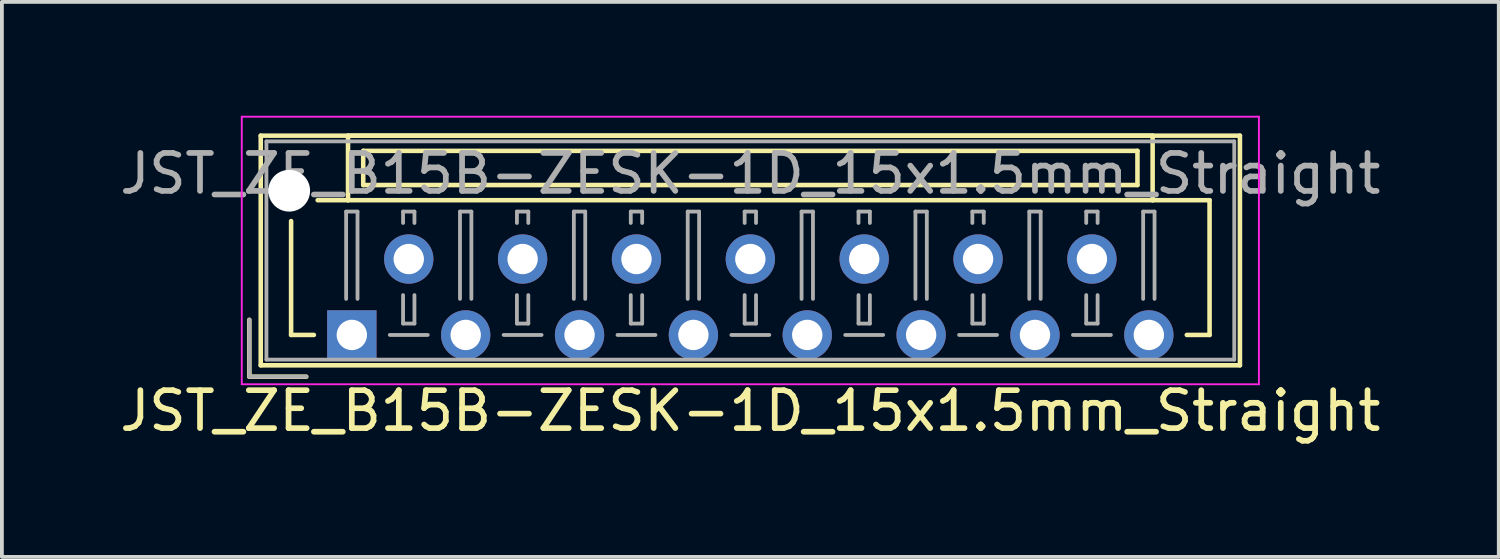
<source format=kicad_pcb>
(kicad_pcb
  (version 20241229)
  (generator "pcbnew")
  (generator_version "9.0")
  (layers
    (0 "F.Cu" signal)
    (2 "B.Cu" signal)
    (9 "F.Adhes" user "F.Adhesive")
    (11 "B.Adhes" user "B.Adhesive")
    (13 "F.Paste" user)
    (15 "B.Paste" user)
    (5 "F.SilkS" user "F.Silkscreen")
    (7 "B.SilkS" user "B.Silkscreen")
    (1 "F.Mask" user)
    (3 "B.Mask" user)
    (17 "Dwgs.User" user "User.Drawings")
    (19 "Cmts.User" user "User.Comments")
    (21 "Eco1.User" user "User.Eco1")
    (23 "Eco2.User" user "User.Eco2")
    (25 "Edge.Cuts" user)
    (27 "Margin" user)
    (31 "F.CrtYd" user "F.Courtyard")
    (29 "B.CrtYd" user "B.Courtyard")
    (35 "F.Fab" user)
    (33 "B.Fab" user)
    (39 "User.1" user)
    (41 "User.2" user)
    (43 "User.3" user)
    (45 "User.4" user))
  (footprint "JST_ZE_B15B-ZESK-1D_15x1.5mm_Straight"
    (layer "F.Cu")
    (at 6.22 5.775)
    (property "Reference" "JST_ZE_B15B-ZESK-1D_15x1.5mm_Straight" (at 10.5 2 0) (layer "F.SilkS") (effects (font (size 1 1) (thickness 0.15))))
    (attr through_hole)
    (fp_line (start -2.7 -0.4) (end -2.7 1.1) (stroke (width 0.12) (type solid)) (layer "F.SilkS"))
    (fp_line (start -2.7 1.1) (end -1.2 1.1) (stroke (width 0.12) (type solid)) (layer "F.SilkS"))
    (fp_line (start -2.4 -5.25) (end -2.4 0.8) (stroke (width 0.12) (type solid)) (layer "F.SilkS"))
    (fp_line (start -2.4 0.8) (end 23.4 0.8) (stroke (width 0.12) (type solid)) (layer "F.SilkS"))
    (fp_line (start -1.6 -3) (end -1.6 0) (stroke (width 0.12) (type solid)) (layer "F.SilkS"))
    (fp_line (start -1.6 0) (end -1 0) (stroke (width 0.12) (type solid)) (layer "F.SilkS"))
    (fp_line (start -0.1 -5.25) (end -0.1 -3.55) (stroke (width 0.12) (type solid)) (layer "F.SilkS"))
    (fp_line (start -0.1 -3.55) (end -0.9 -3.55) (stroke (width 0.12) (type solid)) (layer "F.SilkS"))
    (fp_line (start -0.1 -3.55) (end 21.1 -3.55) (stroke (width 0.12) (type solid)) (layer "F.SilkS"))
    (fp_line (start 0.3 -4.85) (end 0.3 -3.95) (stroke (width 0.12) (type solid)) (layer "F.SilkS"))
    (fp_line (start 0.3 -3.95) (end 20.7 -3.95) (stroke (width 0.12) (type solid)) (layer "F.SilkS"))
    (fp_line (start 20.7 -4.85) (end 0.3 -4.85) (stroke (width 0.12) (type solid)) (layer "F.SilkS"))
    (fp_line (start 20.7 -3.95) (end 20.7 -4.85) (stroke (width 0.12) (type solid)) (layer "F.SilkS"))
    (fp_line (start 21.1 -5.25) (end -0.1 -5.25) (stroke (width 0.12) (type solid)) (layer "F.SilkS"))
    (fp_line (start 21.1 -3.55) (end 21.1 -5.25) (stroke (width 0.12) (type solid)) (layer "F.SilkS"))
    (fp_line (start 21.1 -3.55) (end 22.6 -3.55) (stroke (width 0.12) (type solid)) (layer "F.SilkS"))
    (fp_line (start 22.6 -3.55) (end 22.6 0) (stroke (width 0.12) (type solid)) (layer "F.SilkS"))
    (fp_line (start 22.6 0) (end 22 0) (stroke (width 0.12) (type solid)) (layer "F.SilkS"))
    (fp_line (start 23.4 -5.25) (end -2.4 -5.25) (stroke (width 0.12) (type solid)) (layer "F.SilkS"))
    (fp_line (start 23.4 0.8) (end 23.4 -5.25) (stroke (width 0.12) (type solid)) (layer "F.SilkS"))
    (fp_line (start -2.9 -5.75) (end -2.9 1.3) (stroke (width 0.05) (type solid)) (layer "F.CrtYd"))
    (fp_line (start -2.9 1.3) (end 23.9 1.3) (stroke (width 0.05) (type solid)) (layer "F.CrtYd"))
    (fp_line (start 23.9 -5.75) (end -2.9 -5.75) (stroke (width 0.05) (type solid)) (layer "F.CrtYd"))
    (fp_line (start 23.9 1.3) (end 23.9 -5.75) (stroke (width 0.05) (type solid)) (layer "F.CrtYd"))
    (fp_line (start -2.7 -0.4) (end -2.7 1.1) (stroke (width 0.1) (type solid)) (layer "F.Fab"))
    (fp_line (start -2.7 1.1) (end -1.2 1.1) (stroke (width 0.1) (type solid)) (layer "F.Fab"))
    (fp_line (start -2.25 -5.1) (end -2.25 0.65) (stroke (width 0.1) (type solid)) (layer "F.Fab"))
    (fp_line (start -2.25 0.65) (end 23.25 0.65) (stroke (width 0.1) (type solid)) (layer "F.Fab"))
    (fp_line (start -0.15 -3.25) (end 0.15 -3.25) (stroke (width 0.1) (type solid)) (layer "F.Fab"))
    (fp_line (start -0.15 -0.95) (end -0.15 -3.25) (stroke (width 0.1) (type solid)) (layer "F.Fab"))
    (fp_line (start 0.15 -3.25) (end 0.15 -0.95) (stroke (width 0.1) (type solid)) (layer "F.Fab"))
    (fp_line (start 1 0) (end 2 0) (stroke (width 0.1) (type solid)) (layer "F.Fab"))
    (fp_line (start 1.35 -3.25) (end 1.65 -3.25) (stroke (width 0.1) (type solid)) (layer "F.Fab"))
    (fp_line (start 1.35 -2.95) (end 1.35 -3.25) (stroke (width 0.1) (type solid)) (layer "F.Fab"))
    (fp_line (start 1.35 -1.05) (end 1.35 -0.3) (stroke (width 0.1) (type solid)) (layer "F.Fab"))
    (fp_line (start 1.35 -0.3) (end 1.65 -0.3) (stroke (width 0.1) (type solid)) (layer "F.Fab"))
    (fp_line (start 1.65 -3.25) (end 1.65 -2.95) (stroke (width 0.1) (type solid)) (layer "F.Fab"))
    (fp_line (start 1.65 -0.3) (end 1.65 -1.05) (stroke (width 0.1) (type solid)) (layer "F.Fab"))
    (fp_line (start 2.85 -3.25) (end 3.15 -3.25) (stroke (width 0.1) (type solid)) (layer "F.Fab"))
    (fp_line (start 2.85 -0.95) (end 2.85 -3.25) (stroke (width 0.1) (type solid)) (layer "F.Fab"))
    (fp_line (start 3.15 -3.25) (end 3.15 -0.95) (stroke (width 0.1) (type solid)) (layer "F.Fab"))
    (fp_line (start 4 0) (end 5 0) (stroke (width 0.1) (type solid)) (layer "F.Fab"))
    (fp_line (start 4.35 -3.25) (end 4.65 -3.25) (stroke (width 0.1) (type solid)) (layer "F.Fab"))
    (fp_line (start 4.35 -2.95) (end 4.35 -3.25) (stroke (width 0.1) (type solid)) (layer "F.Fab"))
    (fp_line (start 4.35 -1.05) (end 4.35 -0.3) (stroke (width 0.1) (type solid)) (layer "F.Fab"))
    (fp_line (start 4.35 -0.3) (end 4.65 -0.3) (stroke (width 0.1) (type solid)) (layer "F.Fab"))
    (fp_line (start 4.65 -3.25) (end 4.65 -2.95) (stroke (width 0.1) (type solid)) (layer "F.Fab"))
    (fp_line (start 4.65 -0.3) (end 4.65 -1.05) (stroke (width 0.1) (type solid)) (layer "F.Fab"))
    (fp_line (start 5.85 -3.25) (end 6.15 -3.25) (stroke (width 0.1) (type solid)) (layer "F.Fab"))
    (fp_line (start 5.85 -0.95) (end 5.85 -3.25) (stroke (width 0.1) (type solid)) (layer "F.Fab"))
    (fp_line (start 6.15 -3.25) (end 6.15 -0.95) (stroke (width 0.1) (type solid)) (layer "F.Fab"))
    (fp_line (start 7 0) (end 8 0) (stroke (width 0.1) (type solid)) (layer "F.Fab"))
    (fp_line (start 7.35 -3.25) (end 7.65 -3.25) (stroke (width 0.1) (type solid)) (layer "F.Fab"))
    (fp_line (start 7.35 -2.95) (end 7.35 -3.25) (stroke (width 0.1) (type solid)) (layer "F.Fab"))
    (fp_line (start 7.35 -1.05) (end 7.35 -0.3) (stroke (width 0.1) (type solid)) (layer "F.Fab"))
    (fp_line (start 7.35 -0.3) (end 7.65 -0.3) (stroke (width 0.1) (type solid)) (layer "F.Fab"))
    (fp_line (start 7.65 -3.25) (end 7.65 -2.95) (stroke (width 0.1) (type solid)) (layer "F.Fab"))
    (fp_line (start 7.65 -0.3) (end 7.65 -1.05) (stroke (width 0.1) (type solid)) (layer "F.Fab"))
    (fp_line (start 8.85 -3.25) (end 9.15 -3.25) (stroke (width 0.1) (type solid)) (layer "F.Fab"))
    (fp_line (start 8.85 -0.95) (end 8.85 -3.25) (stroke (width 0.1) (type solid)) (layer "F.Fab"))
    (fp_line (start 9.15 -3.25) (end 9.15 -0.95) (stroke (width 0.1) (type solid)) (layer "F.Fab"))
    (fp_line (start 10 0) (end 11 0) (stroke (width 0.1) (type solid)) (layer "F.Fab"))
    (fp_line (start 10.35 -3.25) (end 10.65 -3.25) (stroke (width 0.1) (type solid)) (layer "F.Fab"))
    (fp_line (start 10.35 -2.95) (end 10.35 -3.25) (stroke (width 0.1) (type solid)) (layer "F.Fab"))
    (fp_line (start 10.35 -1.05) (end 10.35 -0.3) (stroke (width 0.1) (type solid)) (layer "F.Fab"))
    (fp_line (start 10.35 -0.3) (end 10.65 -0.3) (stroke (width 0.1) (type solid)) (layer "F.Fab"))
    (fp_line (start 10.65 -3.25) (end 10.65 -2.95) (stroke (width 0.1) (type solid)) (layer "F.Fab"))
    (fp_line (start 10.65 -0.3) (end 10.65 -1.05) (stroke (width 0.1) (type solid)) (layer "F.Fab"))
    (fp_line (start 11.85 -3.25) (end 12.15 -3.25) (stroke (width 0.1) (type solid)) (layer "F.Fab"))
    (fp_line (start 11.85 -0.95) (end 11.85 -3.25) (stroke (width 0.1) (type solid)) (layer "F.Fab"))
    (fp_line (start 12.15 -3.25) (end 12.15 -0.95) (stroke (width 0.1) (type solid)) (layer "F.Fab"))
    (fp_line (start 13 0) (end 14 0) (stroke (width 0.1) (type solid)) (layer "F.Fab"))
    (fp_line (start 13.35 -3.25) (end 13.65 -3.25) (stroke (width 0.1) (type solid)) (layer "F.Fab"))
    (fp_line (start 13.35 -2.95) (end 13.35 -3.25) (stroke (width 0.1) (type solid)) (layer "F.Fab"))
    (fp_line (start 13.35 -1.05) (end 13.35 -0.3) (stroke (width 0.1) (type solid)) (layer "F.Fab"))
    (fp_line (start 13.35 -0.3) (end 13.65 -0.3) (stroke (width 0.1) (type solid)) (layer "F.Fab"))
    (fp_line (start 13.65 -3.25) (end 13.65 -2.95) (stroke (width 0.1) (type solid)) (layer "F.Fab"))
    (fp_line (start 13.65 -0.3) (end 13.65 -1.05) (stroke (width 0.1) (type solid)) (layer "F.Fab"))
    (fp_line (start 14.85 -3.25) (end 15.15 -3.25) (stroke (width 0.1) (type solid)) (layer "F.Fab"))
    (fp_line (start 14.85 -0.95) (end 14.85 -3.25) (stroke (width 0.1) (type solid)) (layer "F.Fab"))
    (fp_line (start 15.15 -3.25) (end 15.15 -0.95) (stroke (width 0.1) (type solid)) (layer "F.Fab"))
    (fp_line (start 16 0) (end 17 0) (stroke (width 0.1) (type solid)) (layer "F.Fab"))
    (fp_line (start 16.35 -3.25) (end 16.65 -3.25) (stroke (width 0.1) (type solid)) (layer "F.Fab"))
    (fp_line (start 16.35 -2.95) (end 16.35 -3.25) (stroke (width 0.1) (type solid)) (layer "F.Fab"))
    (fp_line (start 16.35 -1.05) (end 16.35 -0.3) (stroke (width 0.1) (type solid)) (layer "F.Fab"))
    (fp_line (start 16.35 -0.3) (end 16.65 -0.3) (stroke (width 0.1) (type solid)) (layer "F.Fab"))
    (fp_line (start 16.65 -3.25) (end 16.65 -2.95) (stroke (width 0.1) (type solid)) (layer "F.Fab"))
    (fp_line (start 16.65 -0.3) (end 16.65 -1.05) (stroke (width 0.1) (type solid)) (layer "F.Fab"))
    (fp_line (start 17.85 -3.25) (end 18.15 -3.25) (stroke (width 0.1) (type solid)) (layer "F.Fab"))
    (fp_line (start 17.85 -0.95) (end 17.85 -3.25) (stroke (width 0.1) (type solid)) (layer "F.Fab"))
    (fp_line (start 18.15 -3.25) (end 18.15 -0.95) (stroke (width 0.1) (type solid)) (layer "F.Fab"))
    (fp_line (start 19 0) (end 20 0) (stroke (width 0.1) (type solid)) (layer "F.Fab"))
    (fp_line (start 19.35 -3.25) (end 19.65 -3.25) (stroke (width 0.1) (type solid)) (layer "F.Fab"))
    (fp_line (start 19.35 -2.95) (end 19.35 -3.25) (stroke (width 0.1) (type solid)) (layer "F.Fab"))
    (fp_line (start 19.35 -1.05) (end 19.35 -0.3) (stroke (width 0.1) (type solid)) (layer "F.Fab"))
    (fp_line (start 19.35 -0.3) (end 19.65 -0.3) (stroke (width 0.1) (type solid)) (layer "F.Fab"))
    (fp_line (start 19.65 -3.25) (end 19.65 -2.95) (stroke (width 0.1) (type solid)) (layer "F.Fab"))
    (fp_line (start 19.65 -0.3) (end 19.65 -1.05) (stroke (width 0.1) (type solid)) (layer "F.Fab"))
    (fp_line (start 20.85 -3.25) (end 21.15 -3.25) (stroke (width 0.1) (type solid)) (layer "F.Fab"))
    (fp_line (start 20.85 -0.95) (end 20.85 -3.25) (stroke (width 0.1) (type solid)) (layer "F.Fab"))
    (fp_line (start 21.15 -3.25) (end 21.15 -0.95) (stroke (width 0.1) (type solid)) (layer "F.Fab"))
    (fp_line (start 23.25 -5.1) (end -2.25 -5.1) (stroke (width 0.1) (type solid)) (layer "F.Fab"))
    (fp_line (start 23.25 0.65) (end 23.25 -5.1) (stroke (width 0.1) (type solid)) (layer "F.Fab"))
    (fp_text user "${REFERENCE}" (at 10.5 -4.25 0) (layer "F.Fab") (effects (font (size 1 1) (thickness 0.15))))
    (pad "" np_thru_hole circle (at -1.65 -3.8) (size 1.1 1.1) (drill 1.1) (layers "*.Cu"))
    (pad "1" thru_hole rect (at 0 0) (size 1.3 1.3) (drill 0.8) (layers "*.Cu" "*.Mask"))
    (pad "2" thru_hole circle (at 1.5 -2) (size 1.3 1.3) (drill 0.8) (layers "*.Cu" "*.Mask"))
    (pad "3" thru_hole circle (at 3 0) (size 1.3 1.3) (drill 0.8) (layers "*.Cu" "*.Mask"))
    (pad "4" thru_hole circle (at 4.5 -2) (size 1.3 1.3) (drill 0.8) (layers "*.Cu" "*.Mask"))
    (pad "5" thru_hole circle (at 6 0) (size 1.3 1.3) (drill 0.8) (layers "*.Cu" "*.Mask"))
    (pad "6" thru_hole circle (at 7.5 -2) (size 1.3 1.3) (drill 0.8) (layers "*.Cu" "*.Mask"))
    (pad "7" thru_hole circle (at 9 0) (size 1.3 1.3) (drill 0.8) (layers "*.Cu" "*.Mask"))
    (pad "8" thru_hole circle (at 10.5 -2) (size 1.3 1.3) (drill 0.8) (layers "*.Cu" "*.Mask"))
    (pad "9" thru_hole circle (at 12 0) (size 1.3 1.3) (drill 0.8) (layers "*.Cu" "*.Mask"))
    (pad "10" thru_hole circle (at 13.5 -2) (size 1.3 1.3) (drill 0.8) (layers "*.Cu" "*.Mask"))
    (pad "11" thru_hole circle (at 15 0) (size 1.3 1.3) (drill 0.8) (layers "*.Cu" "*.Mask"))
    (pad "12" thru_hole circle (at 16.5 -2) (size 1.3 1.3) (drill 0.8) (layers "*.Cu" "*.Mask"))
    (pad "13" thru_hole circle (at 18 0) (size 1.3 1.3) (drill 0.8) (layers "*.Cu" "*.Mask"))
    (pad "14" thru_hole circle (at 19.5 -2) (size 1.3 1.3) (drill 0.8) (layers "*.Cu" "*.Mask"))
    (pad "15" thru_hole circle (at 21 0) (size 1.3 1.3) (drill 0.8) (layers "*.Cu" "*.Mask")))
  (gr_rect
    (start -3 -3)
    (end 36.44 11.623)
    (stroke (width 0.1) (type default))
    (fill no)
    (layer "Edge.Cuts")))
</source>
